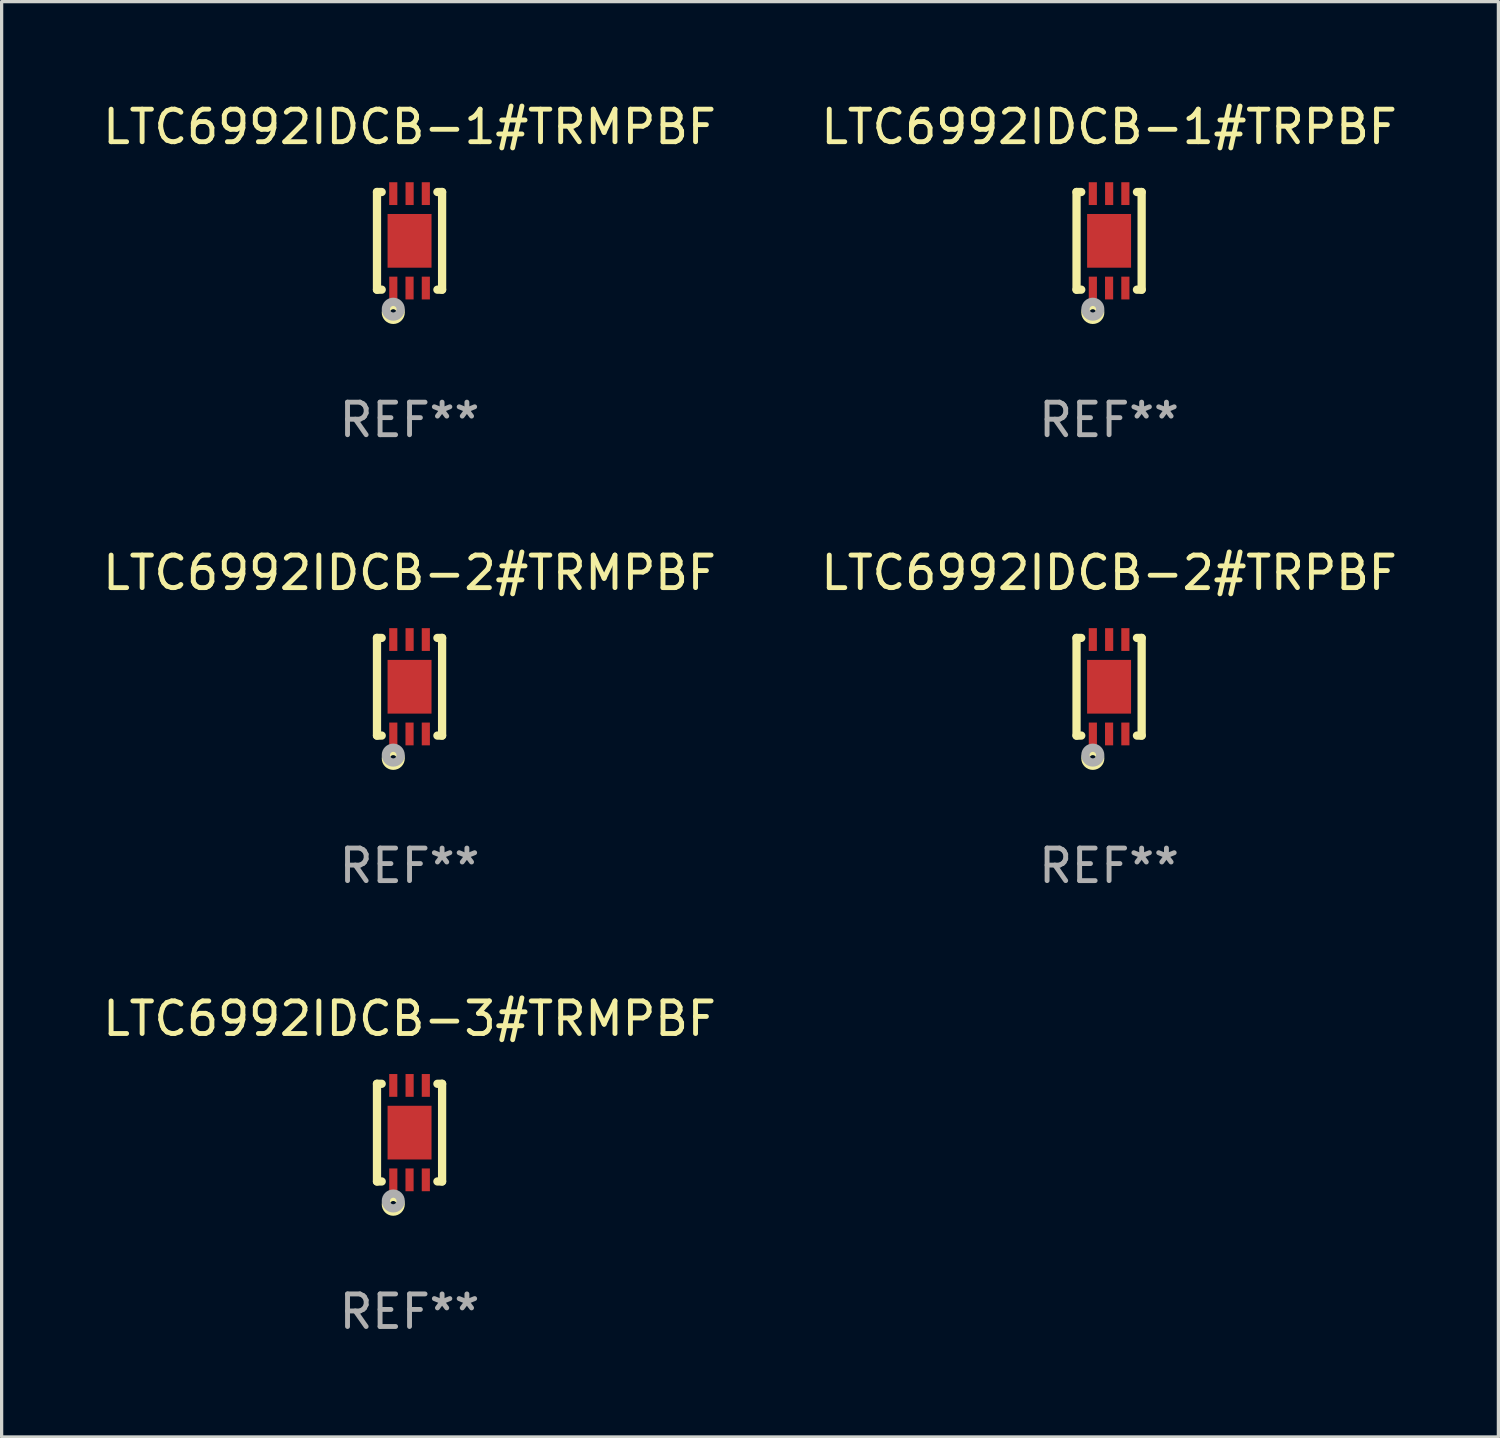
<source format=kicad_pcb>
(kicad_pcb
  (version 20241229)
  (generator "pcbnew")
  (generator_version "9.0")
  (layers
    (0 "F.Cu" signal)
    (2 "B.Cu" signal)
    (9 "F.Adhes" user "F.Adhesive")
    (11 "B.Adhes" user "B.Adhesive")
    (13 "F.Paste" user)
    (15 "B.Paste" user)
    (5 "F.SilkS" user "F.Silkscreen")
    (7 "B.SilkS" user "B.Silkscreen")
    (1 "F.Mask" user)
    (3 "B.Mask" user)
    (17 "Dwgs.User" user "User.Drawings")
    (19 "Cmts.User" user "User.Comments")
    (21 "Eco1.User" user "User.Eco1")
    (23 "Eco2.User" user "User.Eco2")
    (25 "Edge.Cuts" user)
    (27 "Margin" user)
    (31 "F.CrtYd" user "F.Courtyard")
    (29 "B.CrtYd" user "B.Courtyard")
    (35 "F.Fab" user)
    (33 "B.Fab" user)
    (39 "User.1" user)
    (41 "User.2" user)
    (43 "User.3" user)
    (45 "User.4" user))
  (footprint "LTC6992IDCB-1#TRPBF"
    (layer "F.Cu")
    (at 31.018 4.348)
    (property "Reference" "LTC6992IDCB-1#TRPBF" (at 0 -3.5 0) (layer "F.SilkS") (effects (font (size 1 1) (thickness 0.15))))
    (attr through_hole)
    (fp_line (start -1 1.5) (end -1 -1.5) (stroke (width 0.254) (type solid)) (layer "F.SilkS"))
    (fp_line (start -0.856 -1.5) (end -1 -1.5) (stroke (width 0.254) (type solid)) (layer "F.SilkS"))
    (fp_line (start -0.855 1.5) (end -1 1.5) (stroke (width 0.254) (type solid)) (layer "F.SilkS"))
    (fp_line (start 1 -1.5) (end 0.856 -1.5) (stroke (width 0.254) (type solid)) (layer "F.SilkS"))
    (fp_line (start 1 1.5) (end 0.856 1.5) (stroke (width 0.254) (type solid)) (layer "F.SilkS"))
    (fp_line (start 1 1.5) (end 1 -1.5) (stroke (width 0.254) (type solid)) (layer "F.SilkS"))
    (fp_circle (center -1 1.5) (end -0.97 1.5) (stroke (width 0.06) (type solid)) (fill no) (layer "F.SilkS"))
    (fp_circle (center -0.5 2.2) (end -0.4 2.2) (stroke (width 0.254) (type solid)) (fill no) (layer "F.SilkS"))
    (fp_circle (center -0.5 2.1) (end -0.4 2.1) (stroke (width 0.254) (type solid)) (fill no) (layer "F.Fab"))
    (fp_text user "REF**" (at 0 5.5 0) (layer "F.Fab") (effects (font (size 1 1) (thickness 0.15))))
    (pad "1" smd rect (at -0.499 1.45 180) (size 0.25 0.7) (layers "F.Cu" "F.Mask" "F.Paste"))
    (pad "2" smd rect (at 0.000025 1.45 180) (size 0.25 0.7) (layers "F.Cu" "F.Mask" "F.Paste"))
    (pad "3" smd rect (at 0.5 1.45 180) (size 0.25 0.7) (layers "F.Cu" "F.Mask" "F.Paste"))
    (pad "4" smd rect (at 0.5 -1.45 180) (size 0.25 0.7) (layers "F.Cu" "F.Mask" "F.Paste"))
    (pad "5" smd rect (at 0.002 -1.45 180) (size 0.25 0.7) (layers "F.Cu" "F.Mask" "F.Paste"))
    (pad "6" smd rect (at -0.5 -1.45 180) (size 0.25 0.7) (layers "F.Cu" "F.Mask" "F.Paste"))
    (pad "7" smd rect (at 0.000025 0.000038 180) (size 1.35 1.65) (layers "F.Cu" "F.Mask" "F.Paste")))
  (footprint "LTC6992IDCB-3#TRMPBF"
    (layer "F.Cu")
    (at 9.53 31.741)
    (property "Reference" "LTC6992IDCB-3#TRMPBF" (at 0 -3.5 0) (layer "F.SilkS") (effects (font (size 1 1) (thickness 0.15))))
    (attr through_hole)
    (fp_line (start -1 1.5) (end -1 -1.5) (stroke (width 0.254) (type solid)) (layer "F.SilkS"))
    (fp_line (start -0.856 -1.5) (end -1 -1.5) (stroke (width 0.254) (type solid)) (layer "F.SilkS"))
    (fp_line (start -0.855 1.5) (end -1 1.5) (stroke (width 0.254) (type solid)) (layer "F.SilkS"))
    (fp_line (start 1 -1.5) (end 0.856 -1.5) (stroke (width 0.254) (type solid)) (layer "F.SilkS"))
    (fp_line (start 1 1.5) (end 0.856 1.5) (stroke (width 0.254) (type solid)) (layer "F.SilkS"))
    (fp_line (start 1 1.5) (end 1 -1.5) (stroke (width 0.254) (type solid)) (layer "F.SilkS"))
    (fp_circle (center -1 1.5) (end -0.97 1.5) (stroke (width 0.06) (type solid)) (fill no) (layer "F.SilkS"))
    (fp_circle (center -0.5 2.2) (end -0.4 2.2) (stroke (width 0.254) (type solid)) (fill no) (layer "F.SilkS"))
    (fp_circle (center -0.5 2.1) (end -0.4 2.1) (stroke (width 0.254) (type solid)) (fill no) (layer "F.Fab"))
    (fp_text user "REF**" (at 0 5.5 0) (layer "F.Fab") (effects (font (size 1 1) (thickness 0.15))))
    (pad "1" smd rect (at -0.499 1.45 180) (size 0.25 0.7) (layers "F.Cu" "F.Mask" "F.Paste"))
    (pad "2" smd rect (at 0.000025 1.45 180) (size 0.25 0.7) (layers "F.Cu" "F.Mask" "F.Paste"))
    (pad "3" smd rect (at 0.5 1.45 180) (size 0.25 0.7) (layers "F.Cu" "F.Mask" "F.Paste"))
    (pad "4" smd rect (at 0.5 -1.45 180) (size 0.25 0.7) (layers "F.Cu" "F.Mask" "F.Paste"))
    (pad "5" smd rect (at 0.002 -1.45 180) (size 0.25 0.7) (layers "F.Cu" "F.Mask" "F.Paste"))
    (pad "6" smd rect (at -0.5 -1.45 180) (size 0.25 0.7) (layers "F.Cu" "F.Mask" "F.Paste"))
    (pad "7" smd rect (at 0.000025 0.000038 180) (size 1.35 1.65) (layers "F.Cu" "F.Mask" "F.Paste")))
  (footprint "LTC6992IDCB-1#TRMPBF"
    (layer "F.Cu")
    (at 9.53 4.348)
    (property "Reference" "LTC6992IDCB-1#TRMPBF" (at 0 -3.5 0) (layer "F.SilkS") (effects (font (size 1 1) (thickness 0.15))))
    (attr through_hole)
    (fp_line (start -1 1.5) (end -1 -1.5) (stroke (width 0.254) (type solid)) (layer "F.SilkS"))
    (fp_line (start -0.856 -1.5) (end -1 -1.5) (stroke (width 0.254) (type solid)) (layer "F.SilkS"))
    (fp_line (start -0.855 1.5) (end -1 1.5) (stroke (width 0.254) (type solid)) (layer "F.SilkS"))
    (fp_line (start 1 -1.5) (end 0.856 -1.5) (stroke (width 0.254) (type solid)) (layer "F.SilkS"))
    (fp_line (start 1 1.5) (end 0.856 1.5) (stroke (width 0.254) (type solid)) (layer "F.SilkS"))
    (fp_line (start 1 1.5) (end 1 -1.5) (stroke (width 0.254) (type solid)) (layer "F.SilkS"))
    (fp_circle (center -1 1.5) (end -0.97 1.5) (stroke (width 0.06) (type solid)) (fill no) (layer "F.SilkS"))
    (fp_circle (center -0.5 2.2) (end -0.4 2.2) (stroke (width 0.254) (type solid)) (fill no) (layer "F.SilkS"))
    (fp_circle (center -0.5 2.1) (end -0.4 2.1) (stroke (width 0.254) (type solid)) (fill no) (layer "F.Fab"))
    (fp_text user "REF**" (at 0 5.5 0) (layer "F.Fab") (effects (font (size 1 1) (thickness 0.15))))
    (pad "1" smd rect (at -0.499 1.45 180) (size 0.25 0.7) (layers "F.Cu" "F.Mask" "F.Paste"))
    (pad "2" smd rect (at 0.000025 1.45 180) (size 0.25 0.7) (layers "F.Cu" "F.Mask" "F.Paste"))
    (pad "3" smd rect (at 0.5 1.45 180) (size 0.25 0.7) (layers "F.Cu" "F.Mask" "F.Paste"))
    (pad "4" smd rect (at 0.5 -1.45 180) (size 0.25 0.7) (layers "F.Cu" "F.Mask" "F.Paste"))
    (pad "5" smd rect (at 0.002 -1.45 180) (size 0.25 0.7) (layers "F.Cu" "F.Mask" "F.Paste"))
    (pad "6" smd rect (at -0.5 -1.45 180) (size 0.25 0.7) (layers "F.Cu" "F.Mask" "F.Paste"))
    (pad "7" smd rect (at 0.000025 0.000038 180) (size 1.35 1.65) (layers "F.Cu" "F.Mask" "F.Paste")))
  (footprint "LTC6992IDCB-2#TRPBF"
    (layer "F.Cu")
    (at 31.018 18.045)
    (property "Reference" "LTC6992IDCB-2#TRPBF" (at 0 -3.5 0) (layer "F.SilkS") (effects (font (size 1 1) (thickness 0.15))))
    (attr through_hole)
    (fp_line (start -1 1.5) (end -1 -1.5) (stroke (width 0.254) (type solid)) (layer "F.SilkS"))
    (fp_line (start -0.856 -1.5) (end -1 -1.5) (stroke (width 0.254) (type solid)) (layer "F.SilkS"))
    (fp_line (start -0.855 1.5) (end -1 1.5) (stroke (width 0.254) (type solid)) (layer "F.SilkS"))
    (fp_line (start 1 -1.5) (end 0.856 -1.5) (stroke (width 0.254) (type solid)) (layer "F.SilkS"))
    (fp_line (start 1 1.5) (end 0.856 1.5) (stroke (width 0.254) (type solid)) (layer "F.SilkS"))
    (fp_line (start 1 1.5) (end 1 -1.5) (stroke (width 0.254) (type solid)) (layer "F.SilkS"))
    (fp_circle (center -1 1.5) (end -0.97 1.5) (stroke (width 0.06) (type solid)) (fill no) (layer "F.SilkS"))
    (fp_circle (center -0.5 2.2) (end -0.4 2.2) (stroke (width 0.254) (type solid)) (fill no) (layer "F.SilkS"))
    (fp_circle (center -0.5 2.1) (end -0.4 2.1) (stroke (width 0.254) (type solid)) (fill no) (layer "F.Fab"))
    (fp_text user "REF**" (at 0 5.5 0) (layer "F.Fab") (effects (font (size 1 1) (thickness 0.15))))
    (pad "1" smd rect (at -0.499 1.45 180) (size 0.25 0.7) (layers "F.Cu" "F.Mask" "F.Paste"))
    (pad "2" smd rect (at 0.000025 1.45 180) (size 0.25 0.7) (layers "F.Cu" "F.Mask" "F.Paste"))
    (pad "3" smd rect (at 0.5 1.45 180) (size 0.25 0.7) (layers "F.Cu" "F.Mask" "F.Paste"))
    (pad "4" smd rect (at 0.5 -1.45 180) (size 0.25 0.7) (layers "F.Cu" "F.Mask" "F.Paste"))
    (pad "5" smd rect (at 0.002 -1.45 180) (size 0.25 0.7) (layers "F.Cu" "F.Mask" "F.Paste"))
    (pad "6" smd rect (at -0.5 -1.45 180) (size 0.25 0.7) (layers "F.Cu" "F.Mask" "F.Paste"))
    (pad "7" smd rect (at 0.000025 0.000038 180) (size 1.35 1.65) (layers "F.Cu" "F.Mask" "F.Paste")))
  (footprint "LTC6992IDCB-2#TRMPBF"
    (layer "F.Cu")
    (at 9.53 18.045)
    (property "Reference" "LTC6992IDCB-2#TRMPBF" (at 0 -3.5 0) (layer "F.SilkS") (effects (font (size 1 1) (thickness 0.15))))
    (attr through_hole)
    (fp_line (start -1 1.5) (end -1 -1.5) (stroke (width 0.254) (type solid)) (layer "F.SilkS"))
    (fp_line (start -0.856 -1.5) (end -1 -1.5) (stroke (width 0.254) (type solid)) (layer "F.SilkS"))
    (fp_line (start -0.855 1.5) (end -1 1.5) (stroke (width 0.254) (type solid)) (layer "F.SilkS"))
    (fp_line (start 1 -1.5) (end 0.856 -1.5) (stroke (width 0.254) (type solid)) (layer "F.SilkS"))
    (fp_line (start 1 1.5) (end 0.856 1.5) (stroke (width 0.254) (type solid)) (layer "F.SilkS"))
    (fp_line (start 1 1.5) (end 1 -1.5) (stroke (width 0.254) (type solid)) (layer "F.SilkS"))
    (fp_circle (center -1 1.5) (end -0.97 1.5) (stroke (width 0.06) (type solid)) (fill no) (layer "F.SilkS"))
    (fp_circle (center -0.5 2.2) (end -0.4 2.2) (stroke (width 0.254) (type solid)) (fill no) (layer "F.SilkS"))
    (fp_circle (center -0.5 2.1) (end -0.4 2.1) (stroke (width 0.254) (type solid)) (fill no) (layer "F.Fab"))
    (fp_text user "REF**" (at 0 5.5 0) (layer "F.Fab") (effects (font (size 1 1) (thickness 0.15))))
    (pad "1" smd rect (at -0.499 1.45 180) (size 0.25 0.7) (layers "F.Cu" "F.Mask" "F.Paste"))
    (pad "2" smd rect (at 0.000025 1.45 180) (size 0.25 0.7) (layers "F.Cu" "F.Mask" "F.Paste"))
    (pad "3" smd rect (at 0.5 1.45 180) (size 0.25 0.7) (layers "F.Cu" "F.Mask" "F.Paste"))
    (pad "4" smd rect (at 0.5 -1.45 180) (size 0.25 0.7) (layers "F.Cu" "F.Mask" "F.Paste"))
    (pad "5" smd rect (at 0.002 -1.45 180) (size 0.25 0.7) (layers "F.Cu" "F.Mask" "F.Paste"))
    (pad "6" smd rect (at -0.5 -1.45 180) (size 0.25 0.7) (layers "F.Cu" "F.Mask" "F.Paste"))
    (pad "7" smd rect (at 0.000025 0.000038 180) (size 1.35 1.65) (layers "F.Cu" "F.Mask" "F.Paste")))
  (gr_rect
    (start -3 -3)
    (end 42.976 41.089)
    (stroke (width 0.1) (type default))
    (fill no)
    (layer "Edge.Cuts")))
</source>
